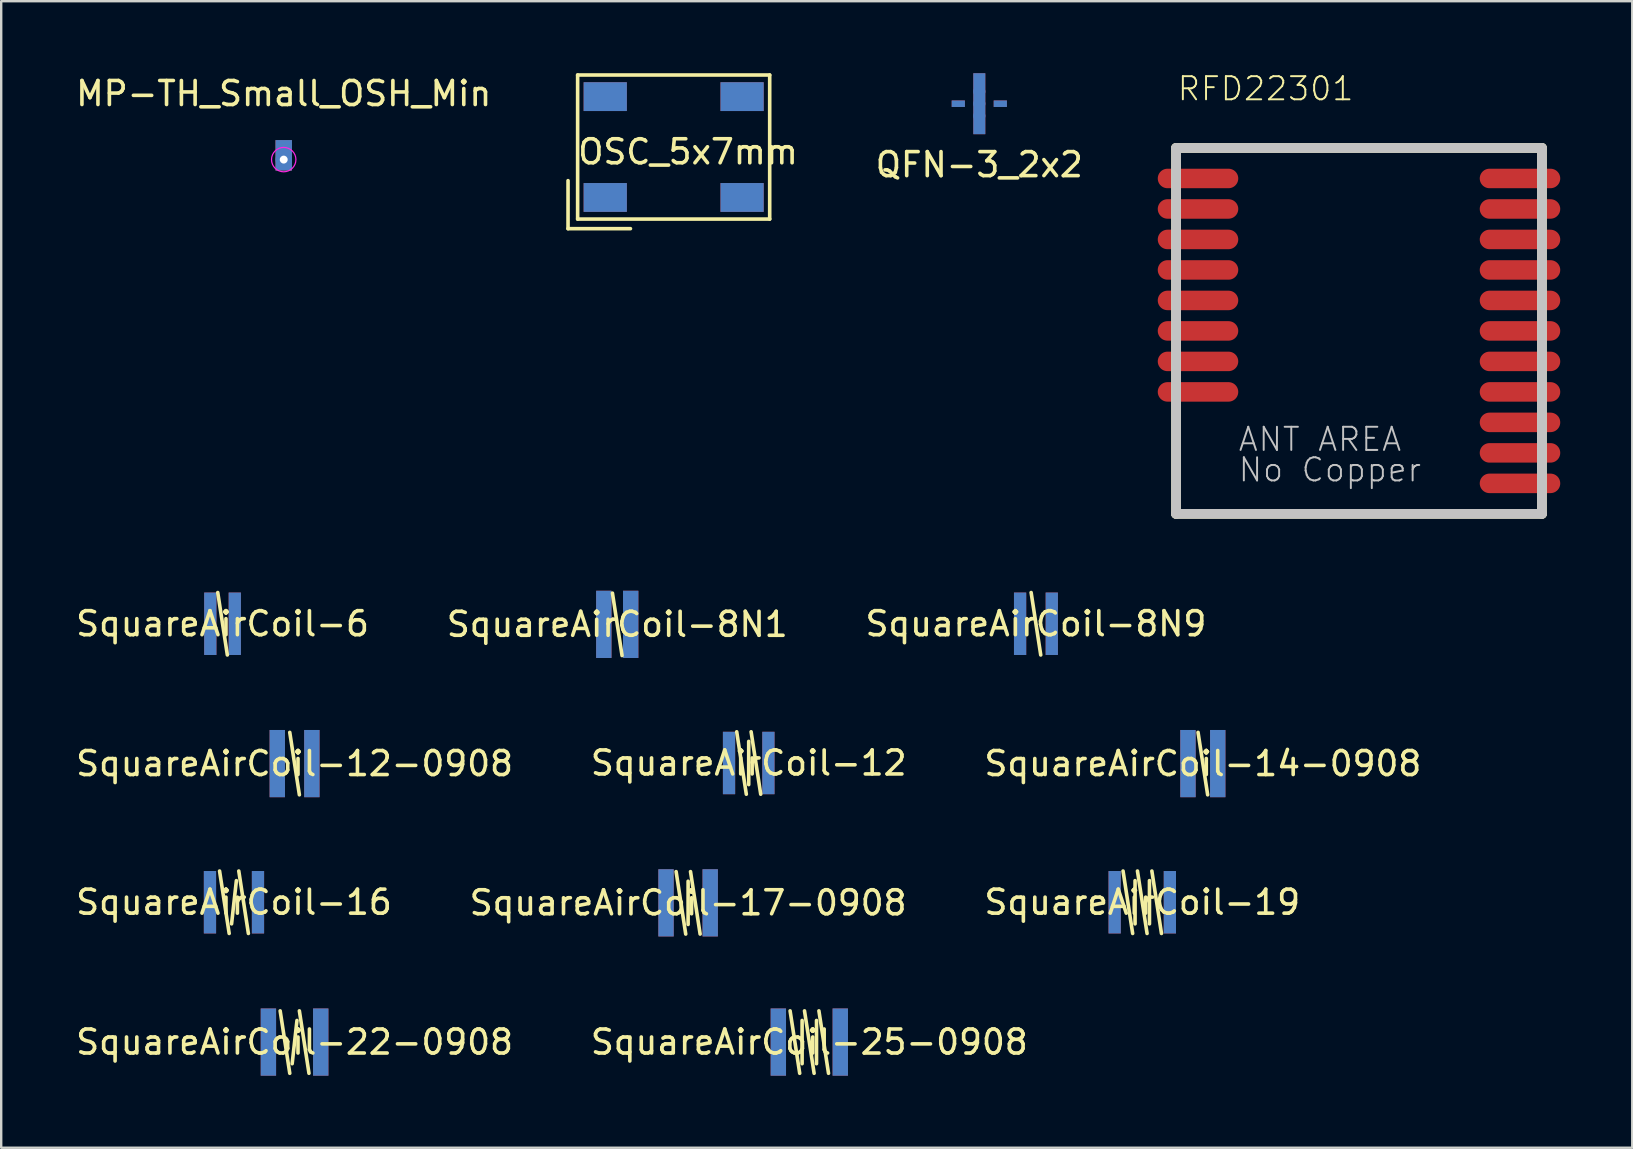
<source format=kicad_pcb>
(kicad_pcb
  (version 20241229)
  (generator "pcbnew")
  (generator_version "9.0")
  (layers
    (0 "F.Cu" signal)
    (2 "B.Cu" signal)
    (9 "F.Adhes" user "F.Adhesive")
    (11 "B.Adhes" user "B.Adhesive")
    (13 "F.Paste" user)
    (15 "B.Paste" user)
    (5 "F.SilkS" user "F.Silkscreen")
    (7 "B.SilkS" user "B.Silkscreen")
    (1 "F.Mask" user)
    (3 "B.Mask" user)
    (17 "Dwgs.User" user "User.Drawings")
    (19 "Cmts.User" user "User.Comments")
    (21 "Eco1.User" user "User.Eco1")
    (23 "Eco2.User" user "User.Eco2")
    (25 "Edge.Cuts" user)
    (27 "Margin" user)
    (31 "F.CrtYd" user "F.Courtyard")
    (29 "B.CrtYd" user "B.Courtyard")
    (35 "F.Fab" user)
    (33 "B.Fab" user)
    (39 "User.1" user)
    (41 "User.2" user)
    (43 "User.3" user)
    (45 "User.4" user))
  (footprint "SquareAirCoil-8N9"
    (layer "F.Cu")
    (at 40.101 22.932)
    (property "Reference" "SquareAirCoil-8N9" (at 0 0 0) (layer "F.SilkS") (effects (font (size 1 1) (thickness 0.15))))
    (attr through_hole)
    (fp_line (start -0.2 -1.3) (end 0.2 1.3) (stroke (width 0.15) (type solid)) (layer "F.SilkS"))
    (pad "1" thru_hole rect (at -0.66 0) (size 0.51 2.6) (drill 0.000001) (layers "*.Cu"))
    (pad "2" thru_hole rect (at 0.66 0) (size 0.51 2.6) (drill 0.000001) (layers "*.Cu")))
  (footprint "QFN-3_2x2"
    (layer "F.Cu")
    (at 37.742 1.27)
    (property "Reference" "QFN-3_2x2" (at 0 2.54 0) (layer "F.SilkS") (effects (font (size 1 1) (thickness 0.15))))
    (attr through_hole)
    (pad "1" thru_hole rect (at 0.875 0 90) (size 0.27 0.55) (drill 0.000001) (layers "*.Cu"))
    (pad "2" smd circle (at 0 -0.508) (size 0.5 0.5) (layers "*.Cu" "*.Mask"))
    (pad "2" smd circle (at 0 0) (size 0.5 0.5) (layers "*.Cu" "*.Mask"))
    (pad "2" thru_hole rect (at 0 0) (size 0.5 2.54) (drill 0.000001) (layers "*.Cu"))
    (pad "2" smd circle (at 0 0.508) (size 0.5 0.5) (layers "*.Cu" "*.Mask"))
    (pad "3" thru_hole rect (at -0.875 0 90) (size 0.27 0.55) (drill 0.000001) (layers "*.Cu")))
  (footprint "SquareAirCoil-19"
    (layer "F.Cu")
    (at 44.53 34.532)
    (property "Reference" "SquareAirCoil-19" (at 0 0 0) (layer "F.SilkS") (effects (font (size 1 1) (thickness 0.15))))
    (attr through_hole)
    (fp_line (start -0.8 -1.3) (end -0.4 1.3) (stroke (width 0.15) (type solid)) (layer "F.SilkS"))
    (fp_line (start -0.3 0.9) (end -0.3 -0.9) (stroke (width 0.15) (type solid)) (layer "F.SilkS"))
    (fp_line (start -0.2 -1.3) (end 0.2 1.3) (stroke (width 0.15) (type solid)) (layer "F.SilkS"))
    (fp_line (start 0.3 0.9) (end 0.3 -0.9) (stroke (width 0.15) (type solid)) (layer "F.SilkS"))
    (fp_line (start 0.4 -1.3) (end 0.8 1.3) (stroke (width 0.15) (type solid)) (layer "F.SilkS"))
    (pad "1" thru_hole rect (at -1.15 0) (size 0.51 2.6) (drill 0.000001) (layers "*.Cu"))
    (pad "2" thru_hole rect (at 1.15 0) (size 0.51 2.6) (drill 0.000001) (layers "*.Cu")))
  (footprint "RFD22301"
    (layer "F.Cu")
    (at 53.558 10.734)
    (property "Reference" "RFD22301" (at -7.62 -9.525 0) (layer "F.SilkS") (effects (font (size 0.965 0.965) (thickness 0.081)) (justify left bottom)))
    (attr through_hole)
    (fp_line (start -7.62 -7.62) (end 7.62 -7.62) (stroke (width 0.406) (type solid)) (layer "F.SilkS"))
    (fp_line (start -7.62 7.62) (end -7.62 -7.62) (stroke (width 0.406) (type solid)) (layer "F.SilkS"))
    (fp_line (start -7.62 7.62) (end 7.62 7.62) (stroke (width 0.406) (type solid)) (layer "F.SilkS"))
    (fp_line (start 7.62 -7.62) (end 7.62 7.62) (stroke (width 0.406) (type solid)) (layer "F.SilkS"))
    (fp_line (start -7.62 -7.62) (end 7.62 -7.62) (stroke (width 0.406) (type solid)) (layer "Dwgs.User"))
    (fp_line (start -7.62 7.62) (end -7.62 -7.62) (stroke (width 0.406) (type solid)) (layer "Dwgs.User"))
    (fp_line (start 7.62 -7.62) (end 7.62 7.62) (stroke (width 0.406) (type solid)) (layer "Dwgs.User"))
    (fp_line (start 7.62 7.62) (end -7.62 7.62) (stroke (width 0.406) (type solid)) (layer "Dwgs.User"))
    (fp_text user "ANT AREA" (at -5.08 5.08 0) (layer "Dwgs.User") (effects (font (size 0.965 0.965) (thickness 0.081)) (justify left bottom)))
    (fp_text user "No Copper" (at -5.08 6.35 0) (layer "Dwgs.User") (effects (font (size 0.965 0.965) (thickness 0.081)) (justify left bottom)))
    (pad "1" smd oval (at -6.706 -6.35) (size 3.353 0.813) (layers "F.Cu" "F.Mask" "F.Paste"))
    (pad "2" smd oval (at -6.706 -5.08) (size 3.353 0.813) (layers "F.Cu" "F.Mask" "F.Paste"))
    (pad "3" smd oval (at -6.706 -3.81) (size 3.353 0.813) (layers "F.Cu" "F.Mask" "F.Paste"))
    (pad "4" smd oval (at -6.706 -2.54) (size 3.353 0.813) (layers "F.Cu" "F.Mask" "F.Paste"))
    (pad "5" smd oval (at -6.706 -1.27) (size 3.353 0.813) (layers "F.Cu" "F.Mask" "F.Paste"))
    (pad "6" smd oval (at -6.706 0) (size 3.353 0.813) (layers "F.Cu" "F.Mask" "F.Paste"))
    (pad "7" smd oval (at -6.706 1.27) (size 3.353 0.813) (layers "F.Cu" "F.Mask" "F.Paste"))
    (pad "8" smd oval (at -6.706 2.54) (size 3.353 0.813) (layers "F.Cu" "F.Mask" "F.Paste"))
    (pad "9" smd oval (at 6.706 6.35) (size 3.353 0.813) (layers "F.Cu" "F.Mask" "F.Paste"))
    (pad "10" smd oval (at 6.706 5.08) (size 3.353 0.813) (layers "F.Cu" "F.Mask" "F.Paste"))
    (pad "11" smd oval (at 6.706 3.81) (size 3.353 0.813) (layers "F.Cu" "F.Mask" "F.Paste"))
    (pad "12" smd oval (at 6.706 2.54) (size 3.353 0.813) (layers "F.Cu" "F.Mask" "F.Paste"))
    (pad "13" smd oval (at 6.706 1.27) (size 3.353 0.813) (layers "F.Cu" "F.Mask" "F.Paste"))
    (pad "14" smd oval (at 6.706 0) (size 3.353 0.813) (layers "F.Cu" "F.Mask" "F.Paste"))
    (pad "15" smd oval (at 6.706 -1.27) (size 3.353 0.813) (layers "F.Cu" "F.Mask" "F.Paste"))
    (pad "16" smd oval (at 6.706 -2.54) (size 3.353 0.813) (layers "F.Cu" "F.Mask" "F.Paste"))
    (pad "17" smd oval (at 6.706 -3.81) (size 3.353 0.813) (layers "F.Cu" "F.Mask" "F.Paste"))
    (pad "18" smd oval (at 6.706 -5.08) (size 3.353 0.813) (layers "F.Cu" "F.Mask" "F.Paste"))
    (pad "19" smd oval (at 6.706 -6.35) (size 3.353 0.813) (layers "F.Cu" "F.Mask" "F.Paste")))
  (footprint "SquareAirCoil-12"
    (layer "F.Cu")
    (at 28.137 28.732)
    (property "Reference" "SquareAirCoil-12" (at 0 0 0) (layer "F.SilkS") (effects (font (size 1 1) (thickness 0.15))))
    (attr through_hole)
    (fp_line (start -0.5 -1.3) (end -0.1 1.3) (stroke (width 0.15) (type solid)) (layer "F.SilkS"))
    (fp_line (start 0 -0.9) (end 0 0.9) (stroke (width 0.15) (type solid)) (layer "F.SilkS"))
    (fp_line (start 0.1 -1.3) (end 0.5 1.3) (stroke (width 0.15) (type solid)) (layer "F.SilkS"))
    (pad "1" thru_hole rect (at -0.82 0) (size 0.51 2.6) (drill 0.000001) (layers "*.Cu"))
    (pad "2" thru_hole rect (at 0.82 0) (size 0.51 2.6) (drill 0.000001) (layers "*.Cu")))
  (footprint "SquareAirCoil-17-0908"
    (layer "F.Cu")
    (at 25.613 34.557)
    (property "Reference" "SquareAirCoil-17-0908" (at 0 0 0) (layer "F.SilkS") (effects (font (size 1 1) (thickness 0.15))))
    (attr through_hole)
    (fp_line (start -0.5 -1.3) (end -0.1 1.3) (stroke (width 0.15) (type solid)) (layer "F.SilkS"))
    (fp_line (start 0 0.9) (end 0 -0.9) (stroke (width 0.15) (type solid)) (layer "F.SilkS"))
    (fp_line (start 0.1 -1.3) (end 0.5 1.3) (stroke (width 0.15) (type solid)) (layer "F.SilkS"))
    (pad "1" thru_hole rect (at -0.92 0) (size 0.64 2.8) (drill 0.000001) (layers "*.Cu"))
    (pad "2" thru_hole rect (at 0.92 0) (size 0.64 2.8) (drill 0.000001) (layers "*.Cu")))
  (footprint "SquareAirCoil-6"
    (layer "F.Cu")
    (at 6.22 22.932)
    (property "Reference" "SquareAirCoil-6" (at 0 0 0) (layer "F.SilkS") (effects (font (size 1 1) (thickness 0.15))))
    (attr through_hole)
    (fp_line (start -0.2 -1.3) (end 0.2 1.3) (stroke (width 0.15) (type solid)) (layer "F.SilkS"))
    (pad "1" thru_hole rect (at -0.51 0) (size 0.51 2.6) (drill 0.000001) (layers "*.Cu"))
    (pad "2" thru_hole rect (at 0.51 0) (size 0.51 2.6) (drill 0.000001) (layers "*.Cu")))
  (footprint "SquareAirCoil-8N1"
    (layer "F.Cu")
    (at 22.661 22.957)
    (property "Reference" "SquareAirCoil-8N1" (at 0 0 0) (layer "F.SilkS") (effects (font (size 1 1) (thickness 0.15))))
    (attr through_hole)
    (fp_line (start -0.2 -1.3) (end 0.2 1.3) (stroke (width 0.15) (type solid)) (layer "F.SilkS"))
    (pad "1" thru_hole rect (at -0.56 0) (size 0.64 2.8) (drill 0.000001) (layers "*.Cu"))
    (pad "2" thru_hole rect (at 0.56 0) (size 0.64 2.8) (drill 0.000001) (layers "*.Cu")))
  (footprint "SquareAirCoil-22-0908"
    (layer "F.Cu")
    (at 9.22 40.357)
    (property "Reference" "SquareAirCoil-22-0908" (at 0 0 0) (layer "F.SilkS") (effects (font (size 1 1) (thickness 0.15))))
    (attr through_hole)
    (fp_line (start -0.6 -1.3) (end -0.2 1.3) (stroke (width 0.15) (type solid)) (layer "F.SilkS"))
    (fp_line (start -0.1 0.9) (end 0.1 -0.9) (stroke (width 0.15) (type solid)) (layer "F.SilkS"))
    (fp_line (start 0.2 -1.3) (end 0.6 1.3) (stroke (width 0.15) (type solid)) (layer "F.SilkS"))
    (pad "1" thru_hole rect (at -1.09 0) (size 0.64 2.8) (drill 0.000001) (layers "*.Cu"))
    (pad "2" thru_hole rect (at 1.09 0) (size 0.64 2.8) (drill 0.000001) (layers "*.Cu")))
  (footprint "SquareAirCoil-16"
    (layer "F.Cu")
    (at 6.696 34.532)
    (property "Reference" "SquareAirCoil-16" (at 0 0 0) (layer "F.SilkS") (effects (font (size 1 1) (thickness 0.15))))
    (attr through_hole)
    (fp_line (start -0.6 -1.3) (end -0.2 1.3) (stroke (width 0.15) (type solid)) (layer "F.SilkS"))
    (fp_line (start 0.1 -0.9) (end -0.1 0.9) (stroke (width 0.15) (type solid)) (layer "F.SilkS"))
    (fp_line (start 0.2 -1.3) (end 0.6 1.3) (stroke (width 0.15) (type solid)) (layer "F.SilkS"))
    (pad "1" thru_hole rect (at -1 0) (size 0.51 2.6) (drill 0.000001) (layers "*.Cu"))
    (pad "2" thru_hole rect (at 1 0) (size 0.51 2.6) (drill 0.000001) (layers "*.Cu")))
  (footprint "OSC_5x7mm"
    (layer "F.Cu")
    (at 25.011 3.075)
    (property "Reference" "OSC_5x7mm" (at 0.6 0.2 0) (layer "F.SilkS") (effects (font (size 1 1) (thickness 0.15))))
    (attr through_hole)
    (fp_line (start -4.4 1.4) (end -4.4 3.4) (stroke (width 0.15) (type solid)) (layer "F.SilkS"))
    (fp_line (start -4.4 3.4) (end -1.8 3.4) (stroke (width 0.15) (type solid)) (layer "F.SilkS"))
    (fp_line (start -4 -3) (end -4 3) (stroke (width 0.15) (type solid)) (layer "F.SilkS"))
    (fp_line (start -4 3) (end 4 3) (stroke (width 0.15) (type solid)) (layer "F.SilkS"))
    (fp_line (start 4 -3) (end -4 -3) (stroke (width 0.15) (type solid)) (layer "F.SilkS"))
    (fp_line (start 4 3) (end 4 -3) (stroke (width 0.15) (type solid)) (layer "F.SilkS"))
    (pad "1" thru_hole rect (at -2.85 2.1) (size 1.8 1.2) (drill 0.000001) (layers "*.Cu"))
    (pad "2" thru_hole rect (at 2.85 2.1) (size 1.8 1.2) (drill 0.000001) (layers "*.Cu"))
    (pad "3" thru_hole rect (at 2.85 -2.1) (size 1.8 1.2) (drill 0.000001) (layers "*.Cu"))
    (pad "4" thru_hole rect (at -2.85 -2.1) (size 1.8 1.2) (drill 0.000001) (layers "*.Cu")))
  (footprint "SquareAirCoil-12-0908"
    (layer "F.Cu")
    (at 9.22 28.757)
    (property "Reference" "SquareAirCoil-12-0908" (at 0 0 0) (layer "F.SilkS") (effects (font (size 1 1) (thickness 0.15))))
    (attr through_hole)
    (fp_line (start -0.2 -1.3) (end 0.2 1.3) (stroke (width 0.15) (type solid)) (layer "F.SilkS"))
    (pad "1" thru_hole rect (at -0.72 0) (size 0.64 2.8) (drill 0.000001) (layers "*.Cu"))
    (pad "2" thru_hole rect (at 0.72 0) (size 0.64 2.8) (drill 0.000001) (layers "*.Cu")))
  (footprint "SquareAirCoil-25-0908"
    (layer "F.Cu")
    (at 30.661 40.357)
    (property "Reference" "SquareAirCoil-25-0908" (at 0 0 0) (layer "F.SilkS") (effects (font (size 1 1) (thickness 0.15))))
    (attr through_hole)
    (fp_line (start -0.8 -1.3) (end -0.4 1.3) (stroke (width 0.15) (type solid)) (layer "F.SilkS"))
    (fp_line (start -0.3 -0.9) (end -0.3 0.9) (stroke (width 0.15) (type solid)) (layer "F.SilkS"))
    (fp_line (start -0.2 -1.3) (end 0.2 1.3) (stroke (width 0.15) (type solid)) (layer "F.SilkS"))
    (fp_line (start 0.3 -0.9) (end 0.3 0.9) (stroke (width 0.15) (type solid)) (layer "F.SilkS"))
    (fp_line (start 0.4 -1.3) (end 0.8 1.3) (stroke (width 0.15) (type solid)) (layer "F.SilkS"))
    (pad "1" thru_hole rect (at -1.29 0) (size 0.64 2.8) (drill 0.000001) (layers "*.Cu"))
    (pad "2" thru_hole rect (at 1.29 0) (size 0.64 2.8) (drill 0.000001) (layers "*.Cu")))
  (footprint "MP-TH_Small_OSH_Min"
    (layer "F.Cu")
    (at 8.768 3.598)
    (property "Reference" "MP-TH_Small_OSH_Min" (at 0 -2.75 0) (layer "F.SilkS") (effects (font (size 1 1) (thickness 0.15))))
    (attr exclude_from_pos_files exclude_from_bom)
    (fp_circle (center 0 0) (end 0.508 0) (stroke (width 0.05) (type solid)) (fill no) (layer "F.CrtYd"))
    (pad "1" smd circle (at 0 0) (size 0.686 0.686) (layers "B.Cu"))
    (pad "1" thru_hole rect (at 0 0) (size 0.686 1.27) (drill 0.33 (offset 0 -0.178)) (layers "F.Cu" "F.Mask")))
  (footprint "SquareAirCoil-14-0908"
    (layer "F.Cu")
    (at 47.054 28.757)
    (property "Reference" "SquareAirCoil-14-0908" (at 0 0 0) (layer "F.SilkS") (effects (font (size 1 1) (thickness 0.15))))
    (attr through_hole)
    (fp_line (start -0.2 -1.3) (end 0.2 1.3) (stroke (width 0.15) (type solid)) (layer "F.SilkS"))
    (pad "1" thru_hole rect (at -0.62 0) (size 0.64 2.8) (drill 0.000001) (layers "*.Cu"))
    (pad "2" thru_hole rect (at 0.62 0) (size 0.64 2.8) (drill 0.000001) (layers "*.Cu")))
  (gr_rect
    (start -3 -3)
    (end 64.94 44.757)
    (stroke (width 0.1) (type default))
    (fill no)
    (layer "Edge.Cuts")))
</source>
